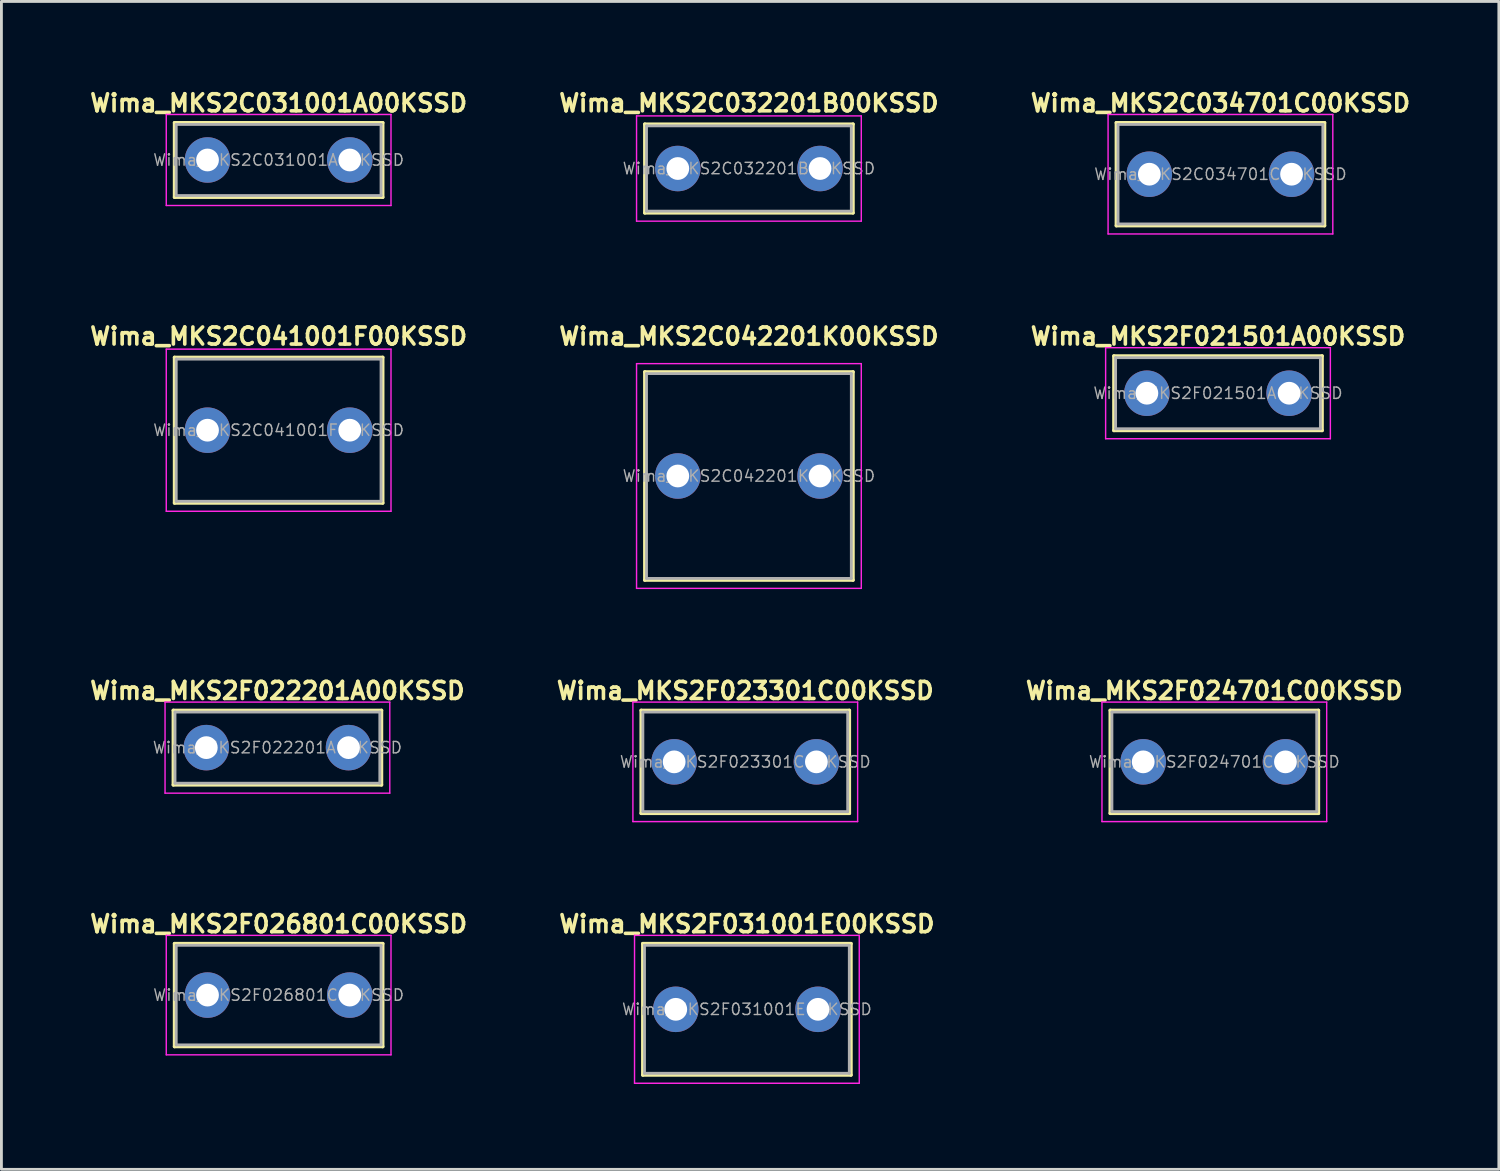
<source format=kicad_pcb>
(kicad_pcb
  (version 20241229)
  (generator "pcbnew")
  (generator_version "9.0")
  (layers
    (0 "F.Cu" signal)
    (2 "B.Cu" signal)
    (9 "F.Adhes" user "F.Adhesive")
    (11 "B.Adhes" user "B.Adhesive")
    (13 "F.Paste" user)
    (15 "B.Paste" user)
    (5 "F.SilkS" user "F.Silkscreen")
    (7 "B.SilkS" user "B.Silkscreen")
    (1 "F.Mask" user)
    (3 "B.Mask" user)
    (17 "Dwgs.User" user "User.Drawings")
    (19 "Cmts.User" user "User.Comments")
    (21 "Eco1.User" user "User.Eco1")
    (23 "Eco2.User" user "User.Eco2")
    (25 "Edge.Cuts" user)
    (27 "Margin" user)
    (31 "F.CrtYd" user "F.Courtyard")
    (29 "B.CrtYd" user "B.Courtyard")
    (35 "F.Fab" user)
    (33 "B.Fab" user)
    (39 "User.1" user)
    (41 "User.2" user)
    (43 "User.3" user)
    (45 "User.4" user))
  (footprint "Wima_MKS2F024701C00KSSD"
    (layer "F.Cu")
    (at 39.638 23.732)
    (property "Reference" "Wima_MKS2F024701C00KSSD" (at 0 -2.5 0) (layer "F.SilkS") (effects (font (size 0.6 0.6) (thickness 0.127))))
    (attr through_hole)
    (fp_line (start -3.66 -1.81) (end -3.66 1.81) (stroke (width 0.12) (type solid)) (layer "F.SilkS"))
    (fp_line (start -3.66 -1.81) (end 3.66 -1.81) (stroke (width 0.12) (type solid)) (layer "F.SilkS"))
    (fp_line (start -3.66 1.81) (end 3.66 1.81) (stroke (width 0.12) (type solid)) (layer "F.SilkS"))
    (fp_line (start 3.66 -1.81) (end 3.66 1.81) (stroke (width 0.12) (type solid)) (layer "F.SilkS"))
    (fp_line (start -3.95 -2.1) (end -3.95 2.1) (stroke (width 0.05) (type solid)) (layer "F.CrtYd"))
    (fp_line (start -3.95 2.1) (end 3.95 2.1) (stroke (width 0.05) (type solid)) (layer "F.CrtYd"))
    (fp_line (start 3.95 -2.1) (end -3.95 -2.1) (stroke (width 0.05) (type solid)) (layer "F.CrtYd"))
    (fp_line (start 3.95 2.1) (end 3.95 -2.1) (stroke (width 0.05) (type solid)) (layer "F.CrtYd"))
    (fp_line (start -3.6 -1.75) (end -3.6 1.75) (stroke (width 0.1) (type solid)) (layer "F.Fab"))
    (fp_line (start -3.6 1.75) (end 3.6 1.75) (stroke (width 0.1) (type solid)) (layer "F.Fab"))
    (fp_line (start 3.6 -1.75) (end -3.6 -1.75) (stroke (width 0.1) (type solid)) (layer "F.Fab"))
    (fp_line (start 3.6 1.75) (end 3.6 -1.75) (stroke (width 0.1) (type solid)) (layer "F.Fab"))
    (fp_text user "${REFERENCE}" (at 0 0 0) (layer "F.Fab") (effects (font (size 0.4 0.4) (thickness 0.05))))
    (pad "1" thru_hole circle (at -2.5 0) (size 1.6 1.6) (drill 0.8) (layers "*.Cu" "*.Mask"))
    (pad "2" thru_hole circle (at 2.5 0) (size 1.6 1.6) (drill 0.8) (layers "*.Cu" "*.Mask")))
  (footprint "Wima_MKS2F023301C00KSSD"
    (layer "F.Cu")
    (at 23.149 23.732)
    (property "Reference" "Wima_MKS2F023301C00KSSD" (at 0 -2.5 0) (layer "F.SilkS") (effects (font (size 0.6 0.6) (thickness 0.127))))
    (attr through_hole)
    (fp_line (start -3.66 -1.81) (end -3.66 1.81) (stroke (width 0.12) (type solid)) (layer "F.SilkS"))
    (fp_line (start -3.66 -1.81) (end 3.66 -1.81) (stroke (width 0.12) (type solid)) (layer "F.SilkS"))
    (fp_line (start -3.66 1.81) (end 3.66 1.81) (stroke (width 0.12) (type solid)) (layer "F.SilkS"))
    (fp_line (start 3.66 -1.81) (end 3.66 1.81) (stroke (width 0.12) (type solid)) (layer "F.SilkS"))
    (fp_line (start -3.95 -2.1) (end -3.95 2.1) (stroke (width 0.05) (type solid)) (layer "F.CrtYd"))
    (fp_line (start -3.95 2.1) (end 3.95 2.1) (stroke (width 0.05) (type solid)) (layer "F.CrtYd"))
    (fp_line (start 3.95 -2.1) (end -3.95 -2.1) (stroke (width 0.05) (type solid)) (layer "F.CrtYd"))
    (fp_line (start 3.95 2.1) (end 3.95 -2.1) (stroke (width 0.05) (type solid)) (layer "F.CrtYd"))
    (fp_line (start -3.6 -1.75) (end -3.6 1.75) (stroke (width 0.1) (type solid)) (layer "F.Fab"))
    (fp_line (start -3.6 1.75) (end 3.6 1.75) (stroke (width 0.1) (type solid)) (layer "F.Fab"))
    (fp_line (start 3.6 -1.75) (end -3.6 -1.75) (stroke (width 0.1) (type solid)) (layer "F.Fab"))
    (fp_line (start 3.6 1.75) (end 3.6 -1.75) (stroke (width 0.1) (type solid)) (layer "F.Fab"))
    (fp_text user "${REFERENCE}" (at 0 0 0) (layer "F.Fab") (effects (font (size 0.4 0.4) (thickness 0.05))))
    (pad "1" thru_hole circle (at -2.5 0) (size 1.6 1.6) (drill 0.8) (layers "*.Cu" "*.Mask"))
    (pad "2" thru_hole circle (at 2.5 0) (size 1.6 1.6) (drill 0.8) (layers "*.Cu" "*.Mask")))
  (footprint "Wima_MKS2C041001F00KSSD"
    (layer "F.Cu")
    (at 6.745 12.073)
    (property "Reference" "Wima_MKS2C041001F00KSSD" (at 0 -3.3 0) (layer "F.SilkS") (effects (font (size 0.6 0.6) (thickness 0.127))))
    (attr through_hole)
    (fp_line (start -3.66 -2.56) (end -3.66 2.56) (stroke (width 0.12) (type solid)) (layer "F.SilkS"))
    (fp_line (start -3.66 -2.56) (end 3.66 -2.56) (stroke (width 0.12) (type solid)) (layer "F.SilkS"))
    (fp_line (start -3.66 2.56) (end 3.66 2.56) (stroke (width 0.12) (type solid)) (layer "F.SilkS"))
    (fp_line (start 3.66 -2.56) (end 3.66 2.56) (stroke (width 0.12) (type solid)) (layer "F.SilkS"))
    (fp_line (start -3.95 -2.85) (end -3.95 2.85) (stroke (width 0.05) (type solid)) (layer "F.CrtYd"))
    (fp_line (start -3.95 2.85) (end 3.95 2.85) (stroke (width 0.05) (type solid)) (layer "F.CrtYd"))
    (fp_line (start 3.95 -2.85) (end -3.95 -2.85) (stroke (width 0.05) (type solid)) (layer "F.CrtYd"))
    (fp_line (start 3.95 2.85) (end 3.95 -2.85) (stroke (width 0.05) (type solid)) (layer "F.CrtYd"))
    (fp_line (start -3.6 -2.5) (end -3.6 2.5) (stroke (width 0.1) (type solid)) (layer "F.Fab"))
    (fp_line (start -3.6 2.5) (end 3.6 2.5) (stroke (width 0.1) (type solid)) (layer "F.Fab"))
    (fp_line (start 3.6 -2.5) (end -3.6 -2.5) (stroke (width 0.1) (type solid)) (layer "F.Fab"))
    (fp_line (start 3.6 2.5) (end 3.6 -2.5) (stroke (width 0.1) (type solid)) (layer "F.Fab"))
    (fp_text user "${REFERENCE}" (at 0 0 0) (layer "F.Fab") (effects (font (size 0.4 0.4) (thickness 0.05))))
    (pad "1" thru_hole circle (at -2.5 0) (size 1.6 1.6) (drill 0.8) (layers "*.Cu" "*.Mask"))
    (pad "2" thru_hole circle (at 2.5 0) (size 1.6 1.6) (drill 0.8) (layers "*.Cu" "*.Mask")))
  (footprint "Wima_MKS2F026801C00KSSD"
    (layer "F.Cu")
    (at 6.745 31.931)
    (property "Reference" "Wima_MKS2F026801C00KSSD" (at 0 -2.5 0) (layer "F.SilkS") (effects (font (size 0.6 0.6) (thickness 0.127))))
    (attr through_hole)
    (fp_line (start -3.66 -1.81) (end -3.66 1.81) (stroke (width 0.12) (type solid)) (layer "F.SilkS"))
    (fp_line (start -3.66 -1.81) (end 3.66 -1.81) (stroke (width 0.12) (type solid)) (layer "F.SilkS"))
    (fp_line (start -3.66 1.81) (end 3.66 1.81) (stroke (width 0.12) (type solid)) (layer "F.SilkS"))
    (fp_line (start 3.66 -1.81) (end 3.66 1.81) (stroke (width 0.12) (type solid)) (layer "F.SilkS"))
    (fp_line (start -3.95 -2.1) (end -3.95 2.1) (stroke (width 0.05) (type solid)) (layer "F.CrtYd"))
    (fp_line (start -3.95 2.1) (end 3.95 2.1) (stroke (width 0.05) (type solid)) (layer "F.CrtYd"))
    (fp_line (start 3.95 -2.1) (end -3.95 -2.1) (stroke (width 0.05) (type solid)) (layer "F.CrtYd"))
    (fp_line (start 3.95 2.1) (end 3.95 -2.1) (stroke (width 0.05) (type solid)) (layer "F.CrtYd"))
    (fp_line (start -3.6 -1.75) (end -3.6 1.75) (stroke (width 0.1) (type solid)) (layer "F.Fab"))
    (fp_line (start -3.6 1.75) (end 3.6 1.75) (stroke (width 0.1) (type solid)) (layer "F.Fab"))
    (fp_line (start 3.6 -1.75) (end -3.6 -1.75) (stroke (width 0.1) (type solid)) (layer "F.Fab"))
    (fp_line (start 3.6 1.75) (end 3.6 -1.75) (stroke (width 0.1) (type solid)) (layer "F.Fab"))
    (fp_text user "${REFERENCE}" (at 0 0 0) (layer "F.Fab") (effects (font (size 0.4 0.4) (thickness 0.05))))
    (pad "1" thru_hole circle (at -2.5 0) (size 1.6 1.6) (drill 0.8) (layers "*.Cu" "*.Mask"))
    (pad "2" thru_hole circle (at 2.5 0) (size 1.6 1.6) (drill 0.8) (layers "*.Cu" "*.Mask")))
  (footprint "Wima_MKS2F031001E00KSSD"
    (layer "F.Cu")
    (at 23.206 32.431)
    (property "Reference" "Wima_MKS2F031001E00KSSD" (at 0 -3 0) (layer "F.SilkS") (effects (font (size 0.6 0.6) (thickness 0.127))))
    (attr through_hole)
    (fp_line (start -3.66 -2.31) (end -3.66 2.31) (stroke (width 0.12) (type solid)) (layer "F.SilkS"))
    (fp_line (start -3.66 -2.31) (end 3.66 -2.31) (stroke (width 0.12) (type solid)) (layer "F.SilkS"))
    (fp_line (start -3.66 2.31) (end 3.66 2.31) (stroke (width 0.12) (type solid)) (layer "F.SilkS"))
    (fp_line (start 3.66 -2.31) (end 3.66 2.31) (stroke (width 0.12) (type solid)) (layer "F.SilkS"))
    (fp_line (start -3.95 -2.6) (end -3.95 2.6) (stroke (width 0.05) (type solid)) (layer "F.CrtYd"))
    (fp_line (start -3.95 2.6) (end 3.95 2.6) (stroke (width 0.05) (type solid)) (layer "F.CrtYd"))
    (fp_line (start 3.95 -2.6) (end -3.95 -2.6) (stroke (width 0.05) (type solid)) (layer "F.CrtYd"))
    (fp_line (start 3.95 2.6) (end 3.95 -2.6) (stroke (width 0.05) (type solid)) (layer "F.CrtYd"))
    (fp_line (start -3.6 -2.25) (end -3.6 2.25) (stroke (width 0.1) (type solid)) (layer "F.Fab"))
    (fp_line (start -3.6 2.25) (end 3.6 2.25) (stroke (width 0.1) (type solid)) (layer "F.Fab"))
    (fp_line (start 3.6 -2.25) (end -3.6 -2.25) (stroke (width 0.1) (type solid)) (layer "F.Fab"))
    (fp_line (start 3.6 2.25) (end 3.6 -2.25) (stroke (width 0.1) (type solid)) (layer "F.Fab"))
    (fp_text user "${REFERENCE}" (at 0 0 0) (layer "F.Fab") (effects (font (size 0.4 0.4) (thickness 0.05))))
    (pad "1" thru_hole circle (at -2.5 0) (size 1.6 1.6) (drill 0.8) (layers "*.Cu" "*.Mask"))
    (pad "2" thru_hole circle (at 2.5 0) (size 1.6 1.6) (drill 0.8) (layers "*.Cu" "*.Mask")))
  (footprint "Wima_MKS2F022201A00KSSD"
    (layer "F.Cu")
    (at 6.702 23.232)
    (property "Reference" "Wima_MKS2F022201A00KSSD" (at 0 -2 0) (layer "F.SilkS") (effects (font (size 0.6 0.6) (thickness 0.127))))
    (attr through_hole)
    (fp_line (start -3.66 -1.31) (end -3.66 1.31) (stroke (width 0.12) (type solid)) (layer "F.SilkS"))
    (fp_line (start -3.66 -1.31) (end 3.66 -1.31) (stroke (width 0.12) (type solid)) (layer "F.SilkS"))
    (fp_line (start -3.66 1.31) (end 3.66 1.31) (stroke (width 0.12) (type solid)) (layer "F.SilkS"))
    (fp_line (start 3.66 -1.31) (end 3.66 1.31) (stroke (width 0.12) (type solid)) (layer "F.SilkS"))
    (fp_line (start -3.95 -1.6) (end -3.95 1.6) (stroke (width 0.05) (type solid)) (layer "F.CrtYd"))
    (fp_line (start -3.95 1.6) (end 3.95 1.6) (stroke (width 0.05) (type solid)) (layer "F.CrtYd"))
    (fp_line (start 3.95 -1.6) (end -3.95 -1.6) (stroke (width 0.05) (type solid)) (layer "F.CrtYd"))
    (fp_line (start 3.95 1.6) (end 3.95 -1.6) (stroke (width 0.05) (type solid)) (layer "F.CrtYd"))
    (fp_line (start -3.6 -1.25) (end -3.6 1.25) (stroke (width 0.1) (type solid)) (layer "F.Fab"))
    (fp_line (start -3.6 1.25) (end 3.6 1.25) (stroke (width 0.1) (type solid)) (layer "F.Fab"))
    (fp_line (start 3.6 -1.25) (end -3.6 -1.25) (stroke (width 0.1) (type solid)) (layer "F.Fab"))
    (fp_line (start 3.6 1.25) (end 3.6 -1.25) (stroke (width 0.1) (type solid)) (layer "F.Fab"))
    (fp_text user "${REFERENCE}" (at 0 0 0) (layer "F.Fab") (effects (font (size 0.4 0.4) (thickness 0.05))))
    (pad "1" thru_hole circle (at -2.5 0) (size 1.6 1.6) (drill 0.8) (layers "*.Cu" "*.Mask"))
    (pad "2" thru_hole circle (at 2.5 0) (size 1.6 1.6) (drill 0.8) (layers "*.Cu" "*.Mask")))
  (footprint "Wima_MKS2F021501A00KSSD"
    (layer "F.Cu")
    (at 39.767 10.773)
    (property "Reference" "Wima_MKS2F021501A00KSSD" (at 0 -2 0) (layer "F.SilkS") (effects (font (size 0.6 0.6) (thickness 0.127))))
    (attr through_hole)
    (fp_line (start -3.66 -1.31) (end -3.66 1.31) (stroke (width 0.12) (type solid)) (layer "F.SilkS"))
    (fp_line (start -3.66 -1.31) (end 3.66 -1.31) (stroke (width 0.12) (type solid)) (layer "F.SilkS"))
    (fp_line (start -3.66 1.31) (end 3.66 1.31) (stroke (width 0.12) (type solid)) (layer "F.SilkS"))
    (fp_line (start 3.66 -1.31) (end 3.66 1.31) (stroke (width 0.12) (type solid)) (layer "F.SilkS"))
    (fp_line (start -3.95 -1.6) (end -3.95 1.6) (stroke (width 0.05) (type solid)) (layer "F.CrtYd"))
    (fp_line (start -3.95 1.6) (end 3.95 1.6) (stroke (width 0.05) (type solid)) (layer "F.CrtYd"))
    (fp_line (start 3.95 -1.6) (end -3.95 -1.6) (stroke (width 0.05) (type solid)) (layer "F.CrtYd"))
    (fp_line (start 3.95 1.6) (end 3.95 -1.6) (stroke (width 0.05) (type solid)) (layer "F.CrtYd"))
    (fp_line (start -3.6 -1.25) (end -3.6 1.25) (stroke (width 0.1) (type solid)) (layer "F.Fab"))
    (fp_line (start -3.6 1.25) (end 3.6 1.25) (stroke (width 0.1) (type solid)) (layer "F.Fab"))
    (fp_line (start 3.6 -1.25) (end -3.6 -1.25) (stroke (width 0.1) (type solid)) (layer "F.Fab"))
    (fp_line (start 3.6 1.25) (end 3.6 -1.25) (stroke (width 0.1) (type solid)) (layer "F.Fab"))
    (fp_text user "${REFERENCE}" (at 0 0 0) (layer "F.Fab") (effects (font (size 0.4 0.4) (thickness 0.05))))
    (pad "1" thru_hole circle (at -2.5 0) (size 1.6 1.6) (drill 0.8) (layers "*.Cu" "*.Mask"))
    (pad "2" thru_hole circle (at 2.5 0) (size 1.6 1.6) (drill 0.8) (layers "*.Cu" "*.Mask")))
  (footprint "Wima_MKS2C034701C00KSSD"
    (layer "F.Cu")
    (at 39.853 3.074)
    (property "Reference" "Wima_MKS2C034701C00KSSD" (at 0 -2.5 0) (layer "F.SilkS") (effects (font (size 0.6 0.6) (thickness 0.127))))
    (attr through_hole)
    (fp_line (start -3.66 -1.81) (end -3.66 1.81) (stroke (width 0.12) (type solid)) (layer "F.SilkS"))
    (fp_line (start -3.66 -1.81) (end 3.66 -1.81) (stroke (width 0.12) (type solid)) (layer "F.SilkS"))
    (fp_line (start -3.66 1.81) (end 3.66 1.81) (stroke (width 0.12) (type solid)) (layer "F.SilkS"))
    (fp_line (start 3.66 -1.81) (end 3.66 1.81) (stroke (width 0.12) (type solid)) (layer "F.SilkS"))
    (fp_line (start -3.95 -2.1) (end -3.95 2.1) (stroke (width 0.05) (type solid)) (layer "F.CrtYd"))
    (fp_line (start -3.95 2.1) (end 3.95 2.1) (stroke (width 0.05) (type solid)) (layer "F.CrtYd"))
    (fp_line (start 3.95 -2.1) (end -3.95 -2.1) (stroke (width 0.05) (type solid)) (layer "F.CrtYd"))
    (fp_line (start 3.95 2.1) (end 3.95 -2.1) (stroke (width 0.05) (type solid)) (layer "F.CrtYd"))
    (fp_line (start -3.6 -1.75) (end -3.6 1.75) (stroke (width 0.1) (type solid)) (layer "F.Fab"))
    (fp_line (start -3.6 1.75) (end 3.6 1.75) (stroke (width 0.1) (type solid)) (layer "F.Fab"))
    (fp_line (start 3.6 -1.75) (end -3.6 -1.75) (stroke (width 0.1) (type solid)) (layer "F.Fab"))
    (fp_line (start 3.6 1.75) (end 3.6 -1.75) (stroke (width 0.1) (type solid)) (layer "F.Fab"))
    (fp_text user "${REFERENCE}" (at 0 0 0) (layer "F.Fab") (effects (font (size 0.4 0.4) (thickness 0.05))))
    (pad "1" thru_hole circle (at -2.5 0) (size 1.6 1.6) (drill 0.8) (layers "*.Cu" "*.Mask"))
    (pad "2" thru_hole circle (at 2.5 0) (size 1.6 1.6) (drill 0.8) (layers "*.Cu" "*.Mask")))
  (footprint "Wima_MKS2C031001A00KSSD"
    (layer "F.Cu")
    (at 6.745 2.574)
    (property "Reference" "Wima_MKS2C031001A00KSSD" (at 0 -2 0) (layer "F.SilkS") (effects (font (size 0.6 0.6) (thickness 0.127))))
    (attr through_hole)
    (fp_line (start -3.66 -1.31) (end -3.66 1.31) (stroke (width 0.12) (type solid)) (layer "F.SilkS"))
    (fp_line (start -3.66 -1.31) (end 3.66 -1.31) (stroke (width 0.12) (type solid)) (layer "F.SilkS"))
    (fp_line (start -3.66 1.31) (end 3.66 1.31) (stroke (width 0.12) (type solid)) (layer "F.SilkS"))
    (fp_line (start 3.66 -1.31) (end 3.66 1.31) (stroke (width 0.12) (type solid)) (layer "F.SilkS"))
    (fp_line (start -3.95 -1.6) (end -3.95 1.6) (stroke (width 0.05) (type solid)) (layer "F.CrtYd"))
    (fp_line (start -3.95 1.6) (end 3.95 1.6) (stroke (width 0.05) (type solid)) (layer "F.CrtYd"))
    (fp_line (start 3.95 -1.6) (end -3.95 -1.6) (stroke (width 0.05) (type solid)) (layer "F.CrtYd"))
    (fp_line (start 3.95 1.6) (end 3.95 -1.6) (stroke (width 0.05) (type solid)) (layer "F.CrtYd"))
    (fp_line (start -3.6 -1.25) (end -3.6 1.25) (stroke (width 0.1) (type solid)) (layer "F.Fab"))
    (fp_line (start -3.6 1.25) (end 3.6 1.25) (stroke (width 0.1) (type solid)) (layer "F.Fab"))
    (fp_line (start 3.6 -1.25) (end -3.6 -1.25) (stroke (width 0.1) (type solid)) (layer "F.Fab"))
    (fp_line (start 3.6 1.25) (end 3.6 -1.25) (stroke (width 0.1) (type solid)) (layer "F.Fab"))
    (fp_text user "${REFERENCE}" (at 0 0 0) (layer "F.Fab") (effects (font (size 0.4 0.4) (thickness 0.05))))
    (pad "1" thru_hole circle (at -2.5 0) (size 1.6 1.6) (drill 0.8) (layers "*.Cu" "*.Mask"))
    (pad "2" thru_hole circle (at 2.5 0) (size 1.6 1.6) (drill 0.8) (layers "*.Cu" "*.Mask")))
  (footprint "Wima_MKS2C042201K00KSSD"
    (layer "F.Cu")
    (at 23.277 13.683)
    (property "Reference" "Wima_MKS2C042201K00KSSD" (at 0 -4.91 0) (layer "F.SilkS") (effects (font (size 0.6 0.6) (thickness 0.127))))
    (attr through_hole)
    (fp_line (start -3.66 -3.66) (end -3.66 3.66) (stroke (width 0.12) (type solid)) (layer "F.SilkS"))
    (fp_line (start -3.66 -3.66) (end 3.66 -3.66) (stroke (width 0.12) (type solid)) (layer "F.SilkS"))
    (fp_line (start -3.66 3.66) (end 3.66 3.66) (stroke (width 0.12) (type solid)) (layer "F.SilkS"))
    (fp_line (start 3.66 -3.66) (end 3.66 3.66) (stroke (width 0.12) (type solid)) (layer "F.SilkS"))
    (fp_line (start -3.95 -3.95) (end -3.95 3.95) (stroke (width 0.05) (type solid)) (layer "F.CrtYd"))
    (fp_line (start -3.95 3.95) (end 3.95 3.95) (stroke (width 0.05) (type solid)) (layer "F.CrtYd"))
    (fp_line (start 3.95 -3.95) (end -3.95 -3.95) (stroke (width 0.05) (type solid)) (layer "F.CrtYd"))
    (fp_line (start 3.95 3.95) (end 3.95 -3.95) (stroke (width 0.05) (type solid)) (layer "F.CrtYd"))
    (fp_line (start -3.6 -3.6) (end -3.6 3.6) (stroke (width 0.1) (type solid)) (layer "F.Fab"))
    (fp_line (start -3.6 3.6) (end 3.6 3.6) (stroke (width 0.1) (type solid)) (layer "F.Fab"))
    (fp_line (start 3.6 -3.6) (end -3.6 -3.6) (stroke (width 0.1) (type solid)) (layer "F.Fab"))
    (fp_line (start 3.6 3.6) (end 3.6 -3.6) (stroke (width 0.1) (type solid)) (layer "F.Fab"))
    (fp_text user "${REFERENCE}" (at 0 0 0) (layer "F.Fab") (effects (font (size 0.4 0.4) (thickness 0.05))))
    (pad "1" thru_hole circle (at -2.5 0) (size 1.6 1.6) (drill 0.8) (layers "*.Cu" "*.Mask"))
    (pad "2" thru_hole circle (at 2.5 0) (size 1.6 1.6) (drill 0.8) (layers "*.Cu" "*.Mask")))
  (footprint "Wima_MKS2C032201B00KSSD"
    (layer "F.Cu")
    (at 23.277 2.874)
    (property "Reference" "Wima_MKS2C032201B00KSSD" (at 0 -2.3 0) (layer "F.SilkS") (effects (font (size 0.6 0.6) (thickness 0.127))))
    (attr through_hole)
    (fp_line (start -3.66 -1.56) (end -3.66 1.56) (stroke (width 0.12) (type solid)) (layer "F.SilkS"))
    (fp_line (start -3.66 -1.56) (end 3.66 -1.56) (stroke (width 0.12) (type solid)) (layer "F.SilkS"))
    (fp_line (start -3.66 1.56) (end 3.66 1.56) (stroke (width 0.12) (type solid)) (layer "F.SilkS"))
    (fp_line (start 3.66 -1.56) (end 3.66 1.56) (stroke (width 0.12) (type solid)) (layer "F.SilkS"))
    (fp_line (start -3.95 -1.85) (end -3.95 1.85) (stroke (width 0.05) (type solid)) (layer "F.CrtYd"))
    (fp_line (start -3.95 1.85) (end 3.95 1.85) (stroke (width 0.05) (type solid)) (layer "F.CrtYd"))
    (fp_line (start 3.95 -1.85) (end -3.95 -1.85) (stroke (width 0.05) (type solid)) (layer "F.CrtYd"))
    (fp_line (start 3.95 1.85) (end 3.95 -1.85) (stroke (width 0.05) (type solid)) (layer "F.CrtYd"))
    (fp_line (start -3.6 -1.5) (end -3.6 1.5) (stroke (width 0.1) (type solid)) (layer "F.Fab"))
    (fp_line (start -3.6 1.5) (end 3.6 1.5) (stroke (width 0.1) (type solid)) (layer "F.Fab"))
    (fp_line (start 3.6 -1.5) (end -3.6 -1.5) (stroke (width 0.1) (type solid)) (layer "F.Fab"))
    (fp_line (start 3.6 1.5) (end 3.6 -1.5) (stroke (width 0.1) (type solid)) (layer "F.Fab"))
    (fp_text user "${REFERENCE}" (at 0 0 0) (layer "F.Fab") (effects (font (size 0.4 0.4) (thickness 0.05))))
    (pad "1" thru_hole circle (at -2.5 0) (size 1.6 1.6) (drill 0.8) (layers "*.Cu" "*.Mask"))
    (pad "2" thru_hole circle (at 2.5 0) (size 1.6 1.6) (drill 0.8) (layers "*.Cu" "*.Mask")))
  (gr_rect
    (start -3 -3)
    (end 49.64 38.056)
    (stroke (width 0.1) (type default))
    (fill no)
    (layer "Edge.Cuts")))
</source>
